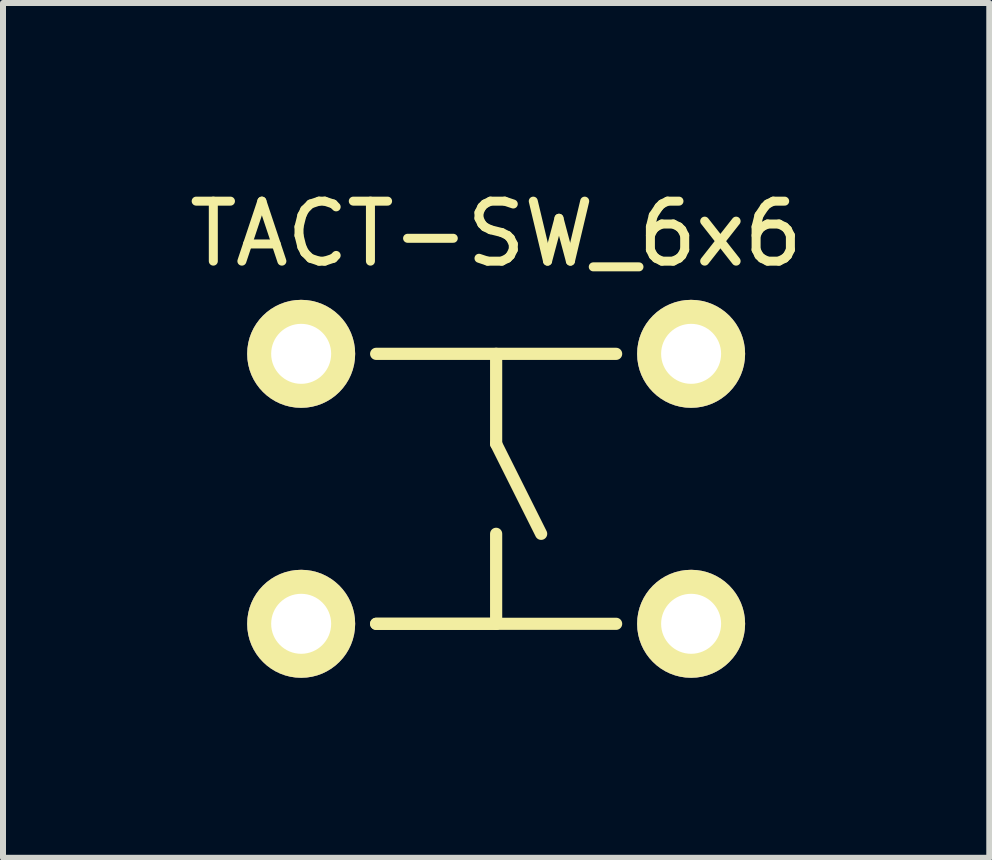
<source format=kicad_pcb>
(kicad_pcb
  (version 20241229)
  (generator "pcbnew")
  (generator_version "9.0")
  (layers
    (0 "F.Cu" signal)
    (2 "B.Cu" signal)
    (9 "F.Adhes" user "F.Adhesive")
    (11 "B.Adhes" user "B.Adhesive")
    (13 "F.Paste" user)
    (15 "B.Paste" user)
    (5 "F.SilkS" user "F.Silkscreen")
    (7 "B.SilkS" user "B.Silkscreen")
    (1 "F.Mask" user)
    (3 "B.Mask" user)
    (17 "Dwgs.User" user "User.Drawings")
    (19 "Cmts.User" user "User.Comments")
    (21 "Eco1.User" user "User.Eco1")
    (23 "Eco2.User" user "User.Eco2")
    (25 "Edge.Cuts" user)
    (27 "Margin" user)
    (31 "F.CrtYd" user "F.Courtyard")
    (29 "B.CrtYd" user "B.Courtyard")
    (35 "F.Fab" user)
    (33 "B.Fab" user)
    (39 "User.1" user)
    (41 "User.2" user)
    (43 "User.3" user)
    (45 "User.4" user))
  (footprint "TACT-SW_6x6"
    (layer "F.Cu")
    (at 5.22 5.098)
    (property "Reference" "TACT-SW_6x6" (at 0 -4.25 0) (layer "F.SilkS") (effects (font (size 1 1) (thickness 0.15))))
    (attr through_hole)
    (fp_line (start -2 -2.25) (end 2 -2.25) (stroke (width 0.203) (type solid)) (layer "F.SilkS"))
    (fp_line (start -2 2.25) (end 2 2.25) (stroke (width 0.203) (type solid)) (layer "F.SilkS"))
    (fp_line (start 0 -2.25) (end 0 -0.75) (stroke (width 0.203) (type solid)) (layer "F.SilkS"))
    (fp_line (start 0 -0.75) (end 0.75 0.75) (stroke (width 0.203) (type solid)) (layer "F.SilkS"))
    (fp_line (start 0 0.75) (end 0 2.25) (stroke (width 0.203) (type solid)) (layer "F.SilkS"))
    (fp_line (start 0 2.25) (end -2 2.25) (stroke (width 0.203) (type solid)) (layer "F.SilkS"))
    (pad "1" thru_hole circle (at -3.25 -2.25) (size 1.8 1.8) (drill 1) (layers "*.Cu" "*.Mask" "F.SilkS"))
    (pad "1" thru_hole circle (at 3.25 -2.25) (size 1.8 1.8) (drill 1) (layers "*.Cu" "*.Mask" "F.SilkS"))
    (pad "2" thru_hole circle (at -3.25 2.25) (size 1.8 1.8) (drill 1) (layers "*.Cu" "*.Mask" "F.SilkS"))
    (pad "2" thru_hole circle (at 3.25 2.25) (size 1.8 1.8) (drill 1) (layers "*.Cu" "*.Mask" "F.SilkS")))
  (gr_rect
    (start -3 -3)
    (end 13.44 11.248)
    (stroke (width 0.1) (type default))
    (fill no)
    (layer "Edge.Cuts")))
</source>
